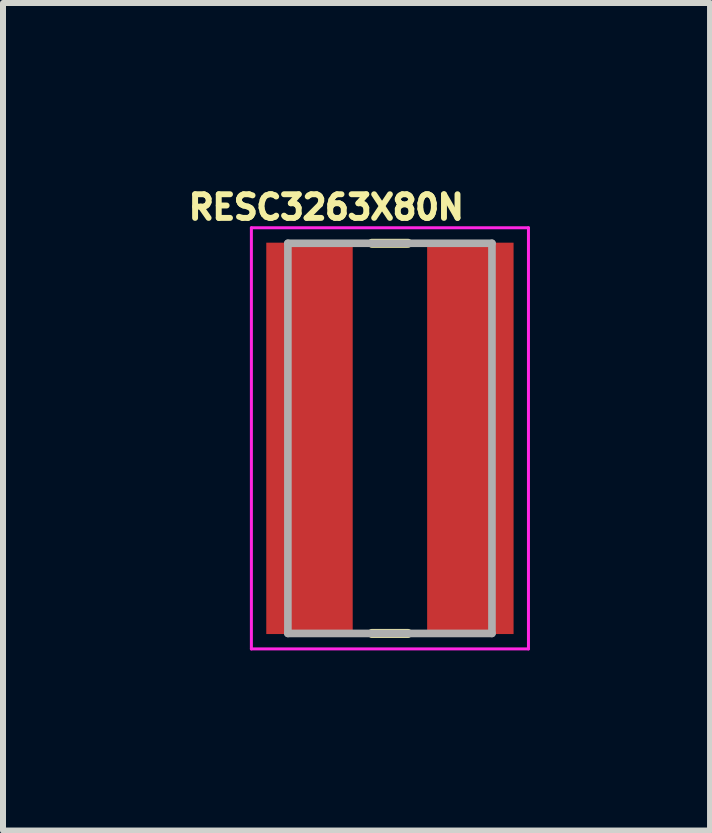
<source format=kicad_pcb>
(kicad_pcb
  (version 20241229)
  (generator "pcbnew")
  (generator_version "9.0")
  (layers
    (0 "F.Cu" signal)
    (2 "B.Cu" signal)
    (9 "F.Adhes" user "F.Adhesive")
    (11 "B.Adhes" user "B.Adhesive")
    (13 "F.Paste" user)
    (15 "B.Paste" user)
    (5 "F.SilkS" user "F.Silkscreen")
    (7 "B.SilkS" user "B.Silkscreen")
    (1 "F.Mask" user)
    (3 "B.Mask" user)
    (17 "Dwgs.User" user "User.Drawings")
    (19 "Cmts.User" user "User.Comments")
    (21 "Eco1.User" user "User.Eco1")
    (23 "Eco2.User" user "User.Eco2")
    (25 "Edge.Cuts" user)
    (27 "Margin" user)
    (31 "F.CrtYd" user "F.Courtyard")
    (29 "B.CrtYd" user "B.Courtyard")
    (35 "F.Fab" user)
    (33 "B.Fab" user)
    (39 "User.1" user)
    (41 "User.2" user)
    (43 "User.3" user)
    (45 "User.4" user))
  (footprint "RESC3263X80N"
    (layer "F.Cu")
    (at 3.446 4.253)
    (property "Reference" "RESC3263X80N" (at -1.06 -3.85 0) (layer "F.SilkS") (effects (font (size 0.394 0.394) (thickness 0.15))))
    (attr smd)
    (fp_line (start -0.3 -3.25) (end 0.3 -3.25) (stroke (width 0.15) (type solid)) (layer "F.SilkS"))
    (fp_line (start -0.3 3.25) (end 0.3 3.25) (stroke (width 0.15) (type solid)) (layer "F.SilkS"))
    (fp_line (start -2.308 -3.508) (end 2.308 -3.508) (stroke (width 0.05) (type solid)) (layer "F.CrtYd"))
    (fp_line (start -2.308 3.508) (end -2.308 -3.508) (stroke (width 0.05) (type solid)) (layer "F.CrtYd"))
    (fp_line (start -2.308 3.508) (end 2.308 3.508) (stroke (width 0.05) (type solid)) (layer "F.CrtYd"))
    (fp_line (start 2.308 3.508) (end 2.308 -3.508) (stroke (width 0.05) (type solid)) (layer "F.CrtYd"))
    (fp_line (start -1.7 3.25) (end -1.7 -3.25) (stroke (width 0.127) (type solid)) (layer "F.Fab"))
    (fp_line (start 1.7 -3.25) (end -1.7 -3.25) (stroke (width 0.127) (type solid)) (layer "F.Fab"))
    (fp_line (start 1.7 3.25) (end -1.7 3.25) (stroke (width 0.127) (type solid)) (layer "F.Fab"))
    (fp_line (start 1.7 3.25) (end 1.7 -3.25) (stroke (width 0.127) (type solid)) (layer "F.Fab"))
    (pad "1" smd rect (at -1.34 0) (size 1.44 6.52) (layers "F.Cu" "F.Mask" "F.Paste"))
    (pad "2" smd rect (at 1.34 0) (size 1.44 6.52) (layers "F.Cu" "F.Mask" "F.Paste")))
  (gr_rect
    (start -3 -3)
    (end 8.779 10.786)
    (stroke (width 0.1) (type default))
    (fill no)
    (layer "Edge.Cuts")))
</source>
